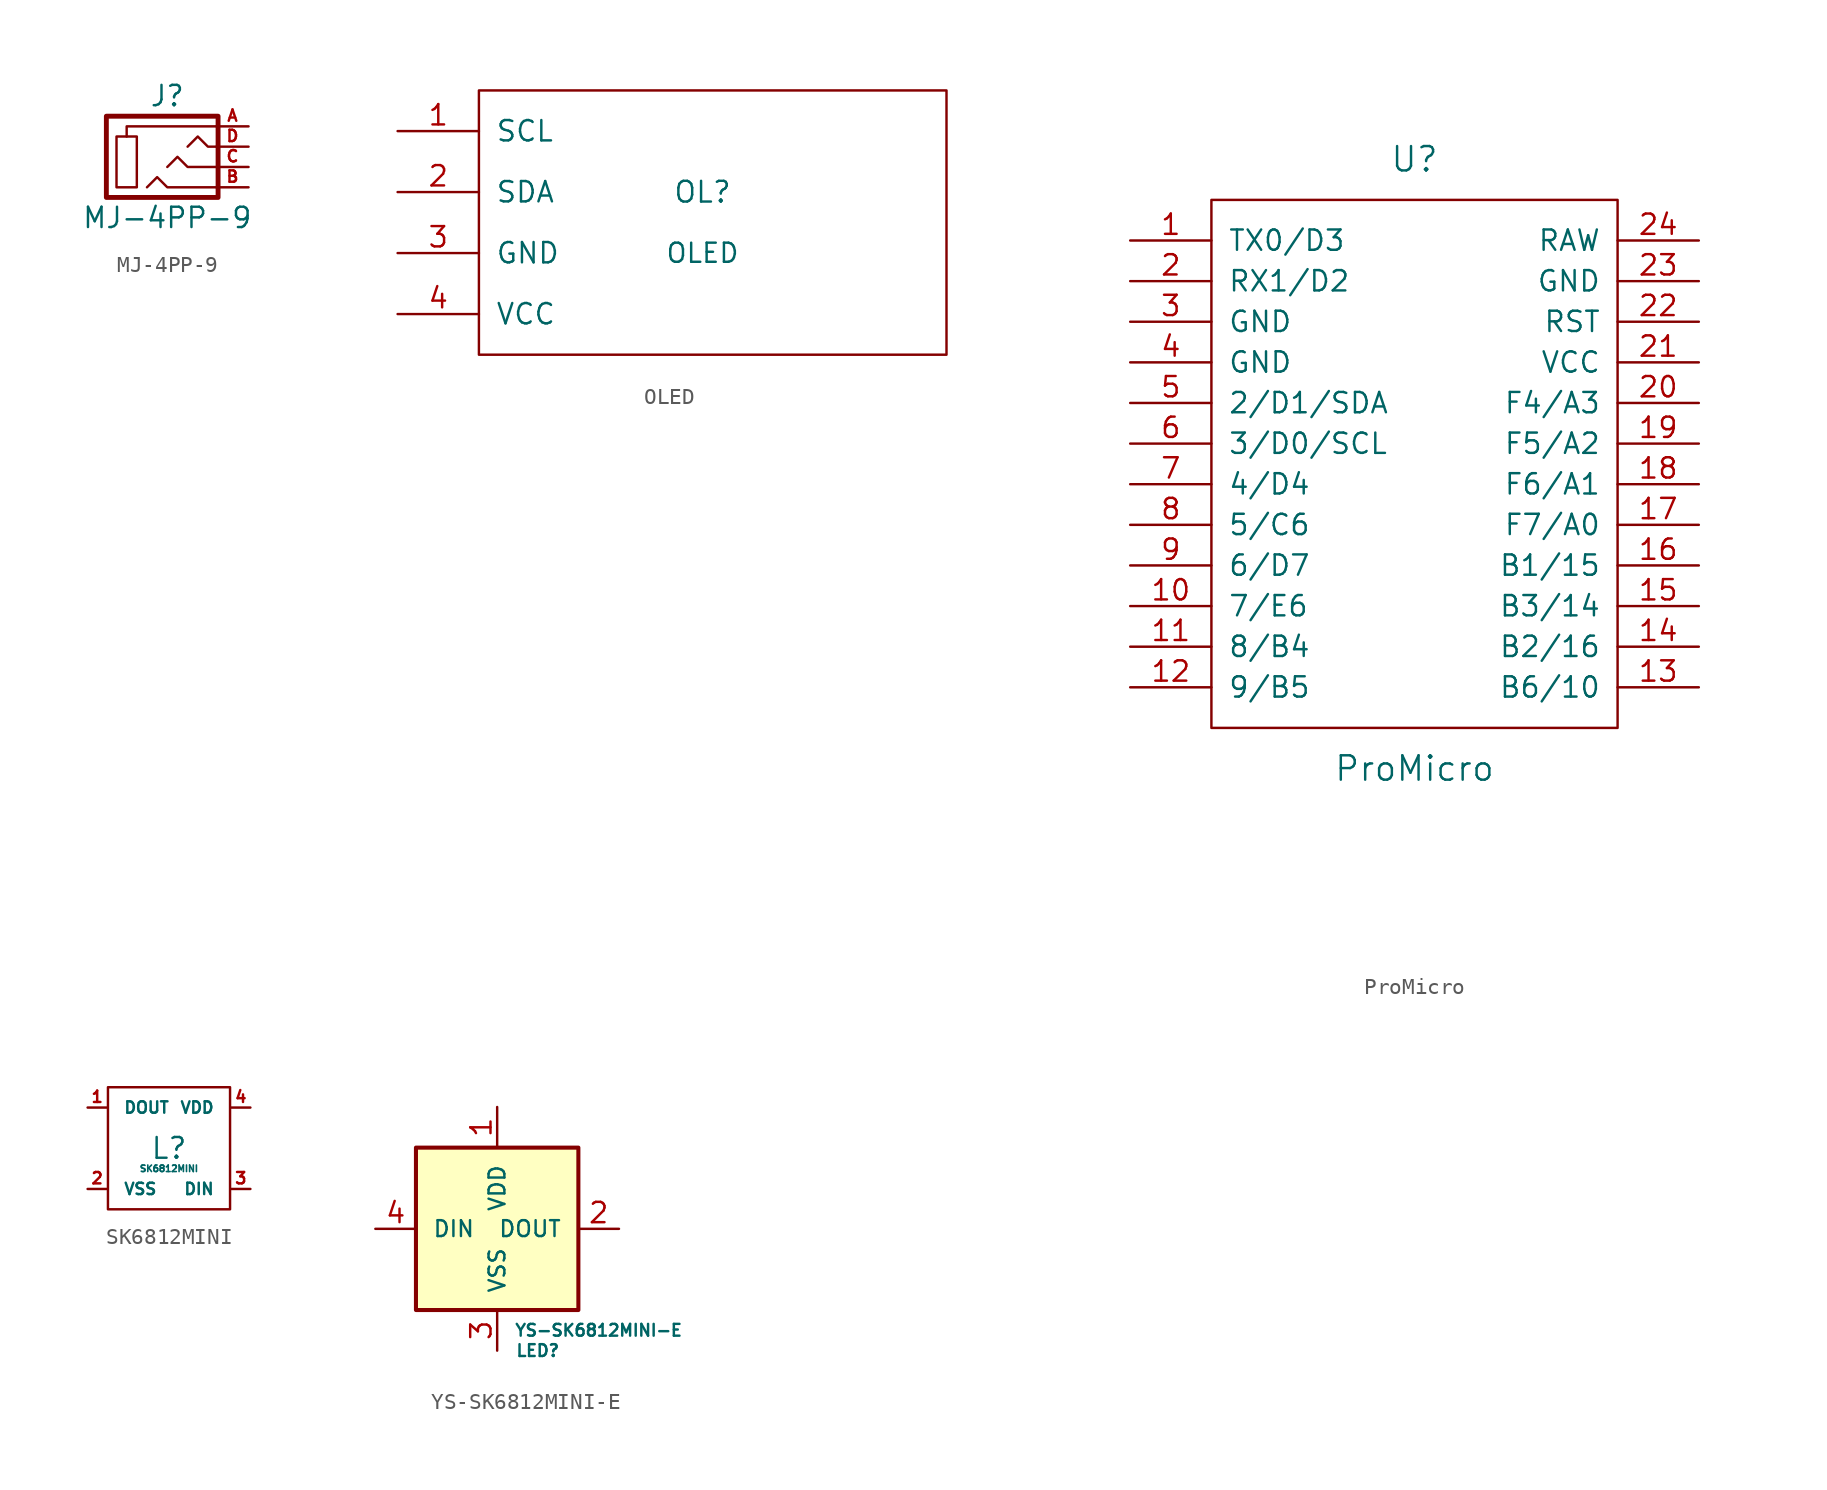
<source format=kicad_sym>
(kicad_symbol_lib
  (version 20200827)
  (generator kicad_symbol_editor)
  (symbol "kbd:MJ-4PP-9"
    (pin_names
      (offset 1.016))
    (property "Reference" "J"
      (at 0 3.81 0)
      (effects (font (size 1.27 1.27))))
    (property "Value" "MJ-4PP-9"
      (at 0 -3.81 0)
      (effects (font (size 1.27 1.27))))
    (symbol "MJ-4PP-9_0_1"
      (rectangle (start -1.905 -1.905) (end -3.175 1.27) (stroke (width 0)) (fill (type none)))
      (rectangle (start 3.175 2.54) (end -3.81 -2.54) (stroke (width 0.305)) (fill (type none)))
      (polyline (pts (xy -2.54 1.27) (xy -2.54 1.905) (xy 3.175 1.905)) (stroke (width 0)) (fill (type none)))
      (polyline (pts (xy -1.27 -1.905) (xy -0.635 -1.27) (xy 0 -1.905) (xy 3.175 -1.905)) (stroke (width 0)) (fill (type none)))
      (polyline (pts (xy 0 -0.635) (xy 0.635 0) (xy 1.27 -0.635) (xy 3.175 -0.635)) (stroke (width 0)) (fill (type none)))
      (polyline (pts (xy 1.27 0.635) (xy 1.905 1.27) (xy 2.54 0.635) (xy 3.175 0.635)) (stroke (width 0)) (fill (type none))))
    (symbol "MJ-4PP-9_1_1"
      (pin input line (at 5.08 1.905 180) (length 2.007) (name "~" (effects (font (size 0.508 0.508)))) (number "A" (effects (font (size 0.711 0.711)))))
      (pin input line (at 5.08 -1.905 180) (length 2.007) (name "~" (effects (font (size 0.508 0.508)))) (number "B" (effects (font (size 0.711 0.711)))))
      (pin input line (at 5.08 -0.635 180) (length 2.007) (name "~" (effects (font (size 0.508 0.508)))) (number "C" (effects (font (size 0.711 0.711)))))
      (pin input line (at 5.08 0.635 180) (length 2.007) (name "~" (effects (font (size 0.508 0.508)))) (number "D" (effects (font (size 0.711 0.711)))))))
  (symbol "kbd:OLED"
    (pin_names
      (offset 1.016))
    (property "Reference" "OL"
      (at 0 2.54 0)
      (effects (font (size 1.295 1.295))))
    (property "Value" "OLED"
      (at 0 -1.27 0)
      (effects (font (size 1.194 1.194))))
    (symbol "OLED_0_1"
      (rectangle (start -13.97 8.89) (end 15.24 -7.62) (stroke (width 0)) (fill (type none))))
    (symbol "OLED_1_1"
      (pin bidirectional line (at -19.05 6.35 0) (length 5.08) (name "SCL" (effects (font (size 1.27 1.27)))) (number "1" (effects (font (size 1.27 1.27)))))
      (pin bidirectional line (at -19.05 2.54 0) (length 5.08) (name "SDA" (effects (font (size 1.27 1.27)))) (number "2" (effects (font (size 1.27 1.27)))))
      (pin power_in line (at -19.05 -1.27 0) (length 5.08) (name "GND" (effects (font (size 1.27 1.27)))) (number "3" (effects (font (size 1.27 1.27)))))
      (pin power_in line (at -19.05 -5.08 0) (length 5.08) (name "VCC" (effects (font (size 1.27 1.27)))) (number "4" (effects (font (size 1.27 1.27)))))))
  (symbol "kbd:ProMicro"
    (pin_names
      (offset 1.016))
    (property "Reference" "U"
      (at 0 19.05 0)
      (effects (font (size 1.524 1.524))))
    (property "Value" "ProMicro"
      (at 0 -19.05 0)
      (effects (font (size 1.524 1.524))))
    (property "Footprint" ""
      (at 2.54 -26.67 0)
      (effects (font (size 1.524 1.524))))
    (property "Datasheet" ""
      (at 2.54 -26.67 0)
      (effects (font (size 1.524 1.524))))
    (symbol "ProMicro_0_1"
      (rectangle (start -12.7 16.51) (end 12.7 -16.51) (stroke (width 0)) (fill (type none))))
    (symbol "ProMicro_1_1"
      (pin bidirectional line (at -17.78 13.97 0) (length 5.08) (name "TX0/D3" (effects (font (size 1.27 1.27)))) (number "1" (effects (font (size 1.27 1.27)))))
      (pin bidirectional line (at -17.78 -8.89 0) (length 5.08) (name "7/E6" (effects (font (size 1.27 1.27)))) (number "10" (effects (font (size 1.27 1.27)))))
      (pin bidirectional line (at -17.78 -11.43 0) (length 5.08) (name "8/B4" (effects (font (size 1.27 1.27)))) (number "11" (effects (font (size 1.27 1.27)))))
      (pin bidirectional line (at -17.78 -13.97 0) (length 5.08) (name "9/B5" (effects (font (size 1.27 1.27)))) (number "12" (effects (font (size 1.27 1.27)))))
      (pin bidirectional line (at 17.78 -13.97 180) (length 5.08) (name "B6/10" (effects (font (size 1.27 1.27)))) (number "13" (effects (font (size 1.27 1.27)))))
      (pin bidirectional line (at 17.78 -11.43 180) (length 5.08) (name "B2/16" (effects (font (size 1.27 1.27)))) (number "14" (effects (font (size 1.27 1.27)))))
      (pin bidirectional line (at 17.78 -8.89 180) (length 5.08) (name "B3/14" (effects (font (size 1.27 1.27)))) (number "15" (effects (font (size 1.27 1.27)))))
      (pin bidirectional line (at 17.78 -6.35 180) (length 5.08) (name "B1/15" (effects (font (size 1.27 1.27)))) (number "16" (effects (font (size 1.27 1.27)))))
      (pin bidirectional line (at 17.78 -3.81 180) (length 5.08) (name "F7/A0" (effects (font (size 1.27 1.27)))) (number "17" (effects (font (size 1.27 1.27)))))
      (pin bidirectional line (at 17.78 -1.27 180) (length 5.08) (name "F6/A1" (effects (font (size 1.27 1.27)))) (number "18" (effects (font (size 1.27 1.27)))))
      (pin bidirectional line (at 17.78 1.27 180) (length 5.08) (name "F5/A2" (effects (font (size 1.27 1.27)))) (number "19" (effects (font (size 1.27 1.27)))))
      (pin bidirectional line (at -17.78 11.43 0) (length 5.08) (name "RX1/D2" (effects (font (size 1.27 1.27)))) (number "2" (effects (font (size 1.27 1.27)))))
      (pin bidirectional line (at 17.78 3.81 180) (length 5.08) (name "F4/A3" (effects (font (size 1.27 1.27)))) (number "20" (effects (font (size 1.27 1.27)))))
      (pin power_in line (at 17.78 6.35 180) (length 5.08) (name "VCC" (effects (font (size 1.27 1.27)))) (number "21" (effects (font (size 1.27 1.27)))))
      (pin input line (at 17.78 8.89 180) (length 5.08) (name "RST" (effects (font (size 1.27 1.27)))) (number "22" (effects (font (size 1.27 1.27)))))
      (pin power_in line (at 17.78 11.43 180) (length 5.08) (name "GND" (effects (font (size 1.27 1.27)))) (number "23" (effects (font (size 1.27 1.27)))))
      (pin power_out line (at 17.78 13.97 180) (length 5.08) (name "RAW" (effects (font (size 1.27 1.27)))) (number "24" (effects (font (size 1.27 1.27)))))
      (pin power_in line (at -17.78 8.89 0) (length 5.08) (name "GND" (effects (font (size 1.27 1.27)))) (number "3" (effects (font (size 1.27 1.27)))))
      (pin power_in line (at -17.78 6.35 0) (length 5.08) (name "GND" (effects (font (size 1.27 1.27)))) (number "4" (effects (font (size 1.27 1.27)))))
      (pin bidirectional line (at -17.78 3.81 0) (length 5.08) (name "2/D1/SDA" (effects (font (size 1.27 1.27)))) (number "5" (effects (font (size 1.27 1.27)))))
      (pin bidirectional line (at -17.78 1.27 0) (length 5.08) (name "3/D0/SCL" (effects (font (size 1.27 1.27)))) (number "6" (effects (font (size 1.27 1.27)))))
      (pin bidirectional line (at -17.78 -1.27 0) (length 5.08) (name "4/D4" (effects (font (size 1.27 1.27)))) (number "7" (effects (font (size 1.27 1.27)))))
      (pin bidirectional line (at -17.78 -3.81 0) (length 5.08) (name "5/C6" (effects (font (size 1.27 1.27)))) (number "8" (effects (font (size 1.27 1.27)))))
      (pin bidirectional line (at -17.78 -6.35 0) (length 5.08) (name "6/D7" (effects (font (size 1.27 1.27)))) (number "9" (effects (font (size 1.27 1.27)))))))
  (symbol "kbd:SK6812MINI"
    (pin_names
      (offset 1.016))
    (property "Reference" "L"
      (at 0 0 0)
      (effects (font (size 1.295 1.295))))
    (property "Value" "SK6812MINI"
      (at 0 -1.27 0)
      (effects (font (size 0.406 0.406))))
    (symbol "SK6812MINI_0_1"
      (rectangle (start -3.81 3.81) (end 3.81 -3.81) (stroke (width 0)) (fill (type none))))
    (symbol "SK6812MINI_1_1"
      (pin output line (at -5.08 2.54 0) (length 1.194) (name "DOUT" (effects (font (size 0.711 0.711)))) (number "1" (effects (font (size 0.711 0.711)))))
      (pin power_in line (at -5.08 -2.54 0) (length 1.194) (name "VSS" (effects (font (size 0.711 0.711)))) (number "2" (effects (font (size 0.711 0.711)))))
      (pin input line (at 5.08 -2.54 180) (length 1.194) (name "DIN" (effects (font (size 0.711 0.711)))) (number "3" (effects (font (size 0.711 0.711)))))
      (pin power_in line (at 5.08 2.54 180) (length 1.194) (name "VDD" (effects (font (size 0.711 0.711)))) (number "4" (effects (font (size 0.711 0.711)))))))
  (symbol "kbd:YS-SK6812MINI-E"
    (pin_names
      (offset 1.016))
    (property "Reference" "LED"
      (at 2.54 -7.62 0)
      (effects (font (size 0.737 0.737))))
    (property "Value" "YS-SK6812MINI-E"
      (at 6.35 -6.35 0)
      (effects (font (size 0.737 0.737))))
    (symbol "YS-SK6812MINI-E_0_1"
      (rectangle (start -5.08 5.08) (end 5.08 -5.08) (stroke (width 0.254)) (fill (type background))))
    (symbol "YS-SK6812MINI-E_1_1"
      (pin power_in line (at 0 7.62 270) (length 2.54) (name "VDD" (effects (font (size 0.991 0.991)))) (number "1" (effects (font (size 1.27 1.27)))))
      (pin output line (at 7.62 0 180) (length 2.54) (name "DOUT" (effects (font (size 0.991 0.991)))) (number "2" (effects (font (size 1.27 1.27)))))
      (pin power_in line (at 0 -7.62 90) (length 2.54) (name "VSS" (effects (font (size 0.991 0.991)))) (number "3" (effects (font (size 1.27 1.27)))))
      (pin input line (at -7.62 0 0) (length 2.54) (name "DIN" (effects (font (size 0.991 0.991)))) (number "4" (effects (font (size 1.27 1.27))))))))
</source>
